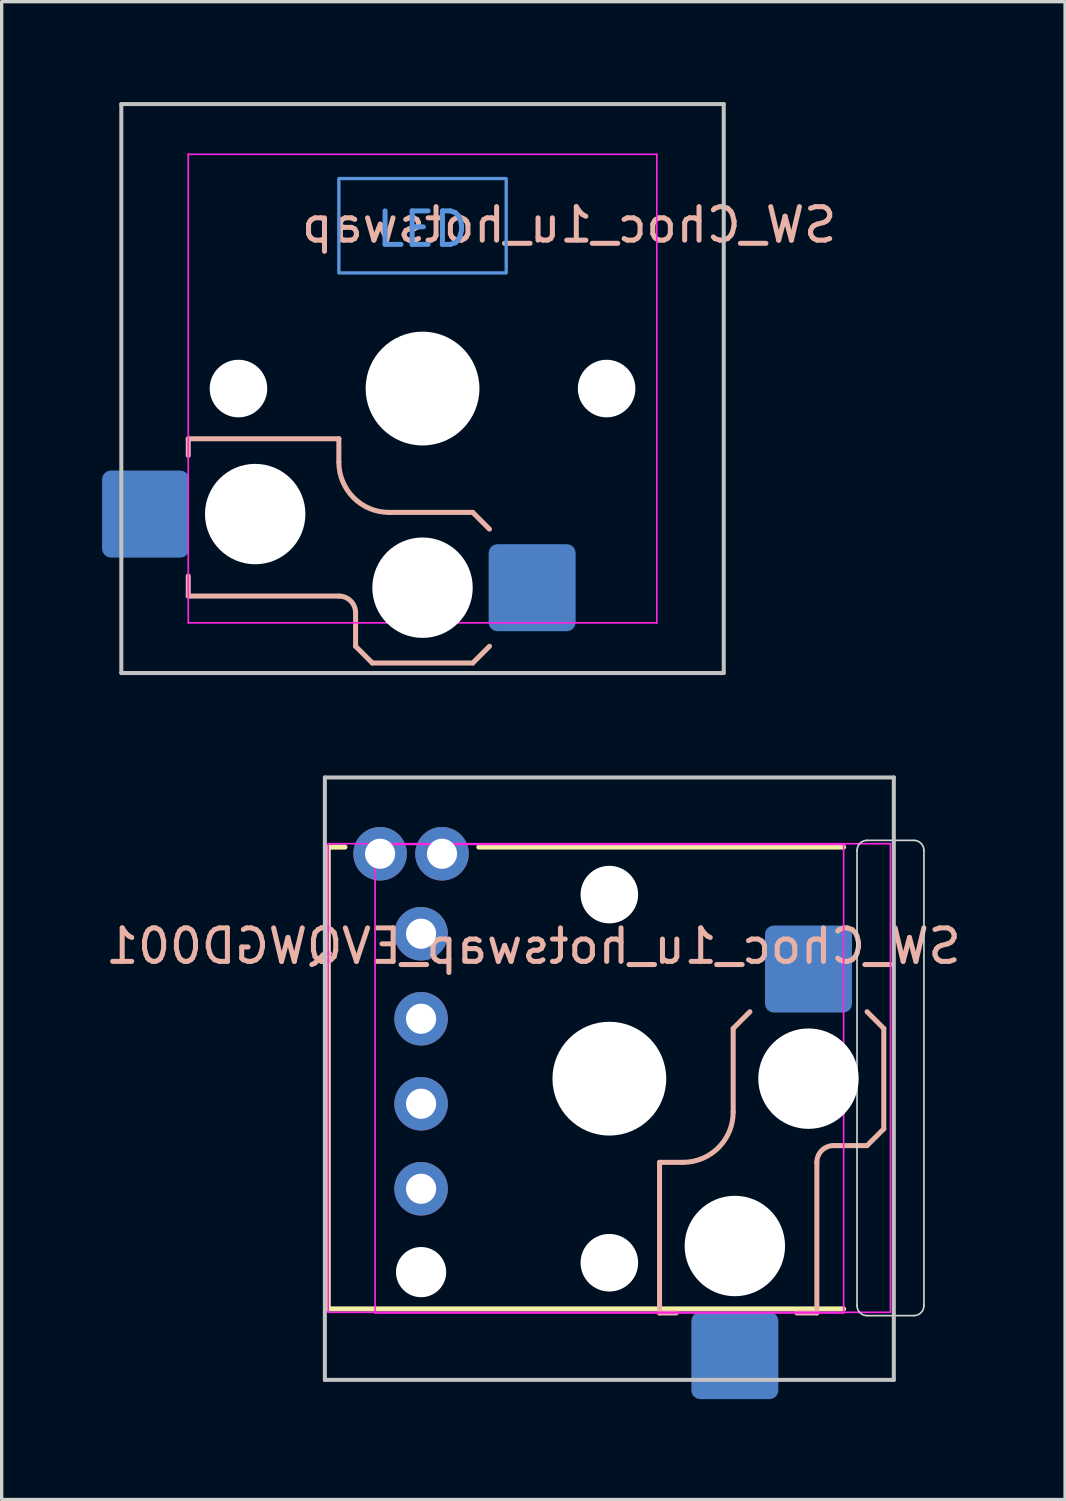
<source format=kicad_pcb>
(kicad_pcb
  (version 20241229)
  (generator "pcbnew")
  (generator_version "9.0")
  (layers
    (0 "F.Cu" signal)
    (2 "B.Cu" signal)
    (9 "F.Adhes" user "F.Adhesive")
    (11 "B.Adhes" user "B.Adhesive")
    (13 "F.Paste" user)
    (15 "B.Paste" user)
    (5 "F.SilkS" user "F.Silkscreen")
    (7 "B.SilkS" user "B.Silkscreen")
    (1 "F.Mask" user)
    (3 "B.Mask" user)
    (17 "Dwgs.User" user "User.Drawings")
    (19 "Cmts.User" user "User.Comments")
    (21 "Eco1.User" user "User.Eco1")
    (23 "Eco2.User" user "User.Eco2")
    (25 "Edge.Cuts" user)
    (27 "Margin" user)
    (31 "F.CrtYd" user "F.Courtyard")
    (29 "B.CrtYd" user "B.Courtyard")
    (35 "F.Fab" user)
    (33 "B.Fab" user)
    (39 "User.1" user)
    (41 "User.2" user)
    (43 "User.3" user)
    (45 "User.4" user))
  (footprint "SW_Choc_1u_hotswap"
    (layer "F.Cu")
    (at 9.575 8.56)
    (property "Reference" "SW_Choc_1u_hotswap" (at 4.38 -4.89 0) (layer "B.SilkS") (effects (font (size 1 1) (thickness 0.15)) (justify mirror)))
    (attr smd exclude_from_pos_files exclude_from_bom)
    (fp_line (start -7 1.5) (end -7 2) (stroke (width 0.15) (type solid)) (layer "B.SilkS"))
    (fp_line (start -7 5.6) (end -7 6.2) (stroke (width 0.15) (type solid)) (layer "B.SilkS"))
    (fp_line (start -7 6.2) (end -2.5 6.2) (stroke (width 0.15) (type solid)) (layer "B.SilkS"))
    (fp_line (start -2.5 1.5) (end -7 1.5) (stroke (width 0.15) (type solid)) (layer "B.SilkS"))
    (fp_line (start -2.5 2.2) (end -2.5 1.5) (stroke (width 0.15) (type solid)) (layer "B.SilkS"))
    (fp_line (start -2 6.7) (end -2 7.7) (stroke (width 0.15) (type solid)) (layer "B.SilkS"))
    (fp_line (start -1.5 8.2) (end -2 7.7) (stroke (width 0.15) (type solid)) (layer "B.SilkS"))
    (fp_line (start 1.5 3.7) (end -1 3.7) (stroke (width 0.15) (type solid)) (layer "B.SilkS"))
    (fp_line (start 1.5 8.2) (end -1.5 8.2) (stroke (width 0.15) (type solid)) (layer "B.SilkS"))
    (fp_line (start 2 4.2) (end 1.5 3.7) (stroke (width 0.15) (type solid)) (layer "B.SilkS"))
    (fp_line (start 2 7.7) (end 1.5 8.2) (stroke (width 0.15) (type solid)) (layer "B.SilkS"))
    (fp_arc (start -2.5 6.2) (mid -2.146447 6.346447) (end -2 6.7) (stroke (width 0.15) (type solid)) (layer "B.SilkS"))
    (fp_arc (start -1 3.7) (mid -2.06066 3.26066) (end -2.5 2.2) (stroke (width 0.15) (type solid)) (layer "B.SilkS"))
    (fp_line (start -9 -8.5) (end 9 -8.5) (stroke (width 0.12) (type solid)) (layer "Dwgs.User"))
    (fp_line (start -9 8.5) (end -9 -8.5) (stroke (width 0.12) (type solid)) (layer "Dwgs.User"))
    (fp_line (start 9 -8.5) (end 9 8.5) (stroke (width 0.12) (type solid)) (layer "Dwgs.User"))
    (fp_line (start 9 8.5) (end -9 8.5) (stroke (width 0.12) (type solid)) (layer "Dwgs.User"))
    (fp_rect (start -2.5 -6.275) (end 2.5 -3.455) (stroke (width 0.1) (type default)) (fill no) (layer "Cmts.User"))
    (fp_line (start -7.5 -7.5) (end 7.5 -7.5) (stroke (width 0.15) (type solid)) (layer "Eco2.User"))
    (fp_line (start -7.5 7.5) (end -7.5 -7.5) (stroke (width 0.15) (type solid)) (layer "Eco2.User"))
    (fp_line (start -6.95 6.45) (end -6.95 -6.45) (stroke (width 0.05) (type solid)) (layer "Eco2.User"))
    (fp_line (start -6.45 -6.95) (end 6.45 -6.95) (stroke (width 0.05) (type solid)) (layer "Eco2.User"))
    (fp_line (start 6.45 6.95) (end -6.45 6.95) (stroke (width 0.05) (type solid)) (layer "Eco2.User"))
    (fp_line (start 6.95 -6.45) (end 6.95 6.45) (stroke (width 0.05) (type solid)) (layer "Eco2.User"))
    (fp_line (start 7.5 -7.5) (end 7.5 7.5) (stroke (width 0.15) (type solid)) (layer "Eco2.User"))
    (fp_line (start 7.5 7.5) (end -7.5 7.5) (stroke (width 0.15) (type solid)) (layer "Eco2.User"))
    (fp_arc (start -6.95 -6.45) (mid -6.803553 -6.803553) (end -6.45 -6.95) (stroke (width 0.05) (type solid)) (layer "Eco2.User"))
    (fp_arc (start -6.45 6.95) (mid -6.803553 6.803553) (end -6.95 6.45) (stroke (width 0.05) (type solid)) (layer "Eco2.User"))
    (fp_arc (start 6.45 -6.95) (mid 6.803553 -6.803553) (end 6.95 -6.45) (stroke (width 0.05) (type solid)) (layer "Eco2.User"))
    (fp_arc (start 6.95 6.45) (mid 6.803553 6.803553) (end 6.45 6.95) (stroke (width 0.05) (type solid)) (layer "Eco2.User"))
    (fp_line (start -7 -7) (end 7 -7) (stroke (width 0.05) (type solid)) (layer "F.CrtYd"))
    (fp_line (start -7 7) (end -7 -7) (stroke (width 0.05) (type solid)) (layer "F.CrtYd"))
    (fp_line (start 7 -7) (end 7 7) (stroke (width 0.05) (type solid)) (layer "F.CrtYd"))
    (fp_line (start 7 7) (end -7 7) (stroke (width 0.05) (type solid)) (layer "F.CrtYd"))
    (fp_text user "LED" (at 0 -4.763 0) (unlocked yes) (layer "Cmts.User") (effects (font (size 1 1) (thickness 0.15))))
    (pad "" np_thru_hole circle (at -5.5 0) (size 1.72 1.72) (drill 1.72) (layers "*.Cu" "*.Mask"))
    (pad "" np_thru_hole circle (at -5 3.75) (size 3 3) (drill 3) (layers "*.Cu" "*.Mask"))
    (pad "" np_thru_hole circle (at 0 0 180) (size 3.4 3.4) (drill 3.4) (layers "*.Cu" "*.Mask"))
    (pad "" np_thru_hole circle (at 0 5.95) (size 3 3) (drill 3) (layers "*.Cu" "*.Mask"))
    (pad "" np_thru_hole circle (at 5.5 0) (size 1.72 1.72) (drill 1.72) (layers "*.Cu" "*.Mask"))
    (pad "1" smd roundrect (at 3.275 5.95) (size 2.6 2.6) (layers "B.Cu" "B.Mask" "B.Paste") (roundrect_rratio 0.1))
    (pad "2" smd roundrect (at -8.275 3.75) (size 2.6 2.6) (layers "B.Cu" "B.Mask" "B.Paste") (roundrect_rratio 0.1)))
  (footprint "SW_Choc_1u_hotswap_EVQWGD001"
    (layer "F.Cu")
    (at 15.157 29.18)
    (property "Reference" "SW_Choc_1u_hotswap_EVQWGD001" (at -2.27 -3.96 0) (layer "B.SilkS") (effects (font (size 1 1) (thickness 0.15)) (justify mirror)))
    (attr smd exclude_from_pos_files exclude_from_bom)
    (fp_line (start -8.4 -6.92) (end -8.4 6.88) (stroke (width 0.15) (type solid)) (layer "F.SilkS"))
    (fp_line (start -8.4 6.88) (end 7 6.88) (stroke (width 0.15) (type solid)) (layer "F.SilkS"))
    (fp_line (start -7.9 -6.92) (end -8.4 -6.92) (stroke (width 0.15) (type solid)) (layer "F.SilkS"))
    (fp_line (start 7 -6.92) (end -3.9 -6.92) (stroke (width 0.15) (type solid)) (layer "F.SilkS"))
    (fp_line (start 1.5 2.5) (end 1.5 7) (stroke (width 0.15) (type solid)) (layer "B.SilkS"))
    (fp_line (start 1.5 7) (end 2 7) (stroke (width 0.15) (type solid)) (layer "B.SilkS"))
    (fp_line (start 2.2 2.5) (end 1.5 2.5) (stroke (width 0.15) (type solid)) (layer "B.SilkS"))
    (fp_line (start 3.7 -1.5) (end 3.7 1) (stroke (width 0.15) (type solid)) (layer "B.SilkS"))
    (fp_line (start 4.2 -2) (end 3.7 -1.5) (stroke (width 0.15) (type solid)) (layer "B.SilkS"))
    (fp_line (start 5.6 7) (end 6.2 7) (stroke (width 0.15) (type solid)) (layer "B.SilkS"))
    (fp_line (start 6.2 7) (end 6.2 2.5) (stroke (width 0.15) (type solid)) (layer "B.SilkS"))
    (fp_line (start 6.7 2) (end 7.7 2) (stroke (width 0.15) (type solid)) (layer "B.SilkS"))
    (fp_line (start 7.7 -2) (end 8.2 -1.5) (stroke (width 0.15) (type solid)) (layer "B.SilkS"))
    (fp_line (start 8.2 -1.5) (end 8.2 1.5) (stroke (width 0.15) (type solid)) (layer "B.SilkS"))
    (fp_line (start 8.2 1.5) (end 7.7 2) (stroke (width 0.15) (type solid)) (layer "B.SilkS"))
    (fp_arc (start 3.7 1) (mid 3.26066 2.06066) (end 2.2 2.5) (stroke (width 0.15) (type solid)) (layer "B.SilkS"))
    (fp_arc (start 6.2 2.5) (mid 6.346447 2.146447) (end 6.7 2) (stroke (width 0.15) (type solid)) (layer "B.SilkS"))
    (fp_line (start -8.5 -9) (end 8.5 -9) (stroke (width 0.12) (type solid)) (layer "Dwgs.User"))
    (fp_line (start -8.5 9) (end -8.5 -9) (stroke (width 0.12) (type solid)) (layer "Dwgs.User"))
    (fp_line (start 8.5 -9) (end 8.5 9) (stroke (width 0.12) (type solid)) (layer "Dwgs.User"))
    (fp_line (start 8.5 9) (end -8.5 9) (stroke (width 0.12) (type solid)) (layer "Dwgs.User"))
    (fp_circle (center 0 0) (end 1 0) (stroke (width 0.15) (type solid)) (fill no) (layer "Dwgs.User"))
    (fp_line (start -7.5 -7.5) (end 7.5 -7.5) (stroke (width 0.15) (type solid)) (layer "Eco2.User"))
    (fp_line (start -7.5 7.5) (end -7.5 -7.5) (stroke (width 0.15) (type solid)) (layer "Eco2.User"))
    (fp_line (start -6.95 6.45) (end -6.95 -6.45) (stroke (width 0.05) (type solid)) (layer "Eco2.User"))
    (fp_line (start -6.45 -6.95) (end 6.45 -6.95) (stroke (width 0.05) (type solid)) (layer "Eco2.User"))
    (fp_line (start 6.45 6.95) (end -6.45 6.95) (stroke (width 0.05) (type solid)) (layer "Eco2.User"))
    (fp_line (start 6.95 -6.45) (end 6.95 6.45) (stroke (width 0.05) (type solid)) (layer "Eco2.User"))
    (fp_line (start 7.5 -7.5) (end 7.5 7.5) (stroke (width 0.15) (type solid)) (layer "Eco2.User"))
    (fp_line (start 7.5 7.5) (end -7.5 7.5) (stroke (width 0.15) (type solid)) (layer "Eco2.User"))
    (fp_arc (start -6.95 -6.45) (mid -6.803553 -6.803553) (end -6.45 -6.95) (stroke (width 0.05) (type solid)) (layer "Eco2.User"))
    (fp_arc (start -6.45 6.95) (mid -6.803553 6.803553) (end -6.95 6.45) (stroke (width 0.05) (type solid)) (layer "Eco2.User"))
    (fp_arc (start 6.45 -6.95) (mid 6.803553 -6.803553) (end 6.95 -6.45) (stroke (width 0.05) (type solid)) (layer "Eco2.User"))
    (fp_arc (start 6.95 6.45) (mid 6.803553 6.803553) (end 6.45 6.95) (stroke (width 0.05) (type solid)) (layer "Eco2.User"))
    (fp_line (start 7.4 -6.82) (end 7.4 6.78) (stroke (width 0.05) (type solid)) (layer "Edge.Cuts"))
    (fp_line (start 7.7 7.08) (end 9.1 7.08) (stroke (width 0.05) (type solid)) (layer "Edge.Cuts"))
    (fp_line (start 9.1 -7.12) (end 7.7 -7.12) (stroke (width 0.05) (type solid)) (layer "Edge.Cuts"))
    (fp_line (start 9.4 6.78) (end 9.4 -6.82) (stroke (width 0.05) (type solid)) (layer "Edge.Cuts"))
    (fp_arc (start 7.4 -6.82) (mid 7.487868 -7.032132) (end 7.7 -7.12) (stroke (width 0.05) (type solid)) (layer "Edge.Cuts"))
    (fp_arc (start 7.7 7.08) (mid 7.487868 6.992132) (end 7.4 6.78) (stroke (width 0.05) (type solid)) (layer "Edge.Cuts"))
    (fp_arc (start 9.1 -7.12) (mid 9.312132 -7.032132) (end 9.4 -6.82) (stroke (width 0.05) (type solid)) (layer "Edge.Cuts"))
    (fp_arc (start 9.4 6.78) (mid 9.312132 6.992132) (end 9.1 7.08) (stroke (width 0.05) (type solid)) (layer "Edge.Cuts"))
    (fp_line (start -8.4 -7.02) (end 8.4 -7.02) (stroke (width 0.05) (type solid)) (layer "F.CrtYd"))
    (fp_line (start -8.4 6.98) (end -8.4 -7.02) (stroke (width 0.05) (type solid)) (layer "F.CrtYd"))
    (fp_line (start -7 -7) (end 7 -7) (stroke (width 0.05) (type solid)) (layer "F.CrtYd"))
    (fp_line (start -7 7) (end -7 -7) (stroke (width 0.05) (type solid)) (layer "F.CrtYd"))
    (fp_line (start 7 -7) (end 7 7) (stroke (width 0.05) (type solid)) (layer "F.CrtYd"))
    (fp_line (start 7 7) (end -7 7) (stroke (width 0.05) (type solid)) (layer "F.CrtYd"))
    (fp_line (start 8.4 -7.02) (end 8.4 6.98) (stroke (width 0.05) (type solid)) (layer "F.CrtYd"))
    (fp_line (start 8.4 6.98) (end -8.4 6.98) (stroke (width 0.05) (type solid)) (layer "F.CrtYd"))
    (pad "" np_thru_hole circle (at -5.625 5.78) (size 1.5 1.5) (drill 1.5) (layers "*.Cu" "*.Mask"))
    (pad "" np_thru_hole circle (at 0 -5.5 90) (size 1.72 1.72) (drill 1.72) (layers "*.Cu" "*.Mask"))
    (pad "" np_thru_hole circle (at 0 0 270) (size 3.4 3.4) (drill 3.4) (layers "*.Cu" "*.Mask"))
    (pad "" np_thru_hole circle (at 0 5.5 90) (size 1.72 1.72) (drill 1.72) (layers "*.Cu" "*.Mask"))
    (pad "" np_thru_hole circle (at 3.75 5 90) (size 3 3) (drill 3) (layers "*.Cu" "*.Mask"))
    (pad "" np_thru_hole circle (at 5.95 0 90) (size 3 3) (drill 3) (layers "*.Cu" "*.Mask"))
    (pad "A" thru_hole circle (at -5.625 -4.33) (size 1.6 1.6) (drill 0.9) (layers "*.Cu" "*.Mask"))
    (pad "B" thru_hole circle (at -5.625 -1.79) (size 1.6 1.6) (drill 0.9) (layers "*.Cu" "*.Mask"))
    (pad "C" thru_hole circle (at -5.625 0.75) (size 1.6 1.6) (drill 0.9) (layers "*.Cu" "*.Mask"))
    (pad "D" thru_hole circle (at -5.625 3.29) (size 1.6 1.6) (drill 0.9) (layers "*.Cu" "*.Mask"))
    (pad "S1" thru_hole circle (at -6.85 -6.72) (size 1.6 1.6) (drill 0.9) (layers "*.Cu" "*.Mask"))
    (pad "S1" smd roundrect (at 5.95 -3.275 90) (size 2.6 2.6) (layers "B.Cu" "B.Mask" "B.Paste") (roundrect_rratio 0.1))
    (pad "S2" thru_hole circle (at -5 -6.72) (size 1.6 1.6) (drill 0.9) (layers "*.Cu" "*.Mask"))
    (pad "S2" smd roundrect (at 3.75 8.275 90) (size 2.6 2.6) (layers "B.Cu" "B.Mask" "B.Paste") (roundrect_rratio 0.1)))
  (gr_rect
    (start -3 -3)
    (end 28.774 41.755)
    (stroke (width 0.1) (type default))
    (fill no)
    (layer "Edge.Cuts")))
</source>
